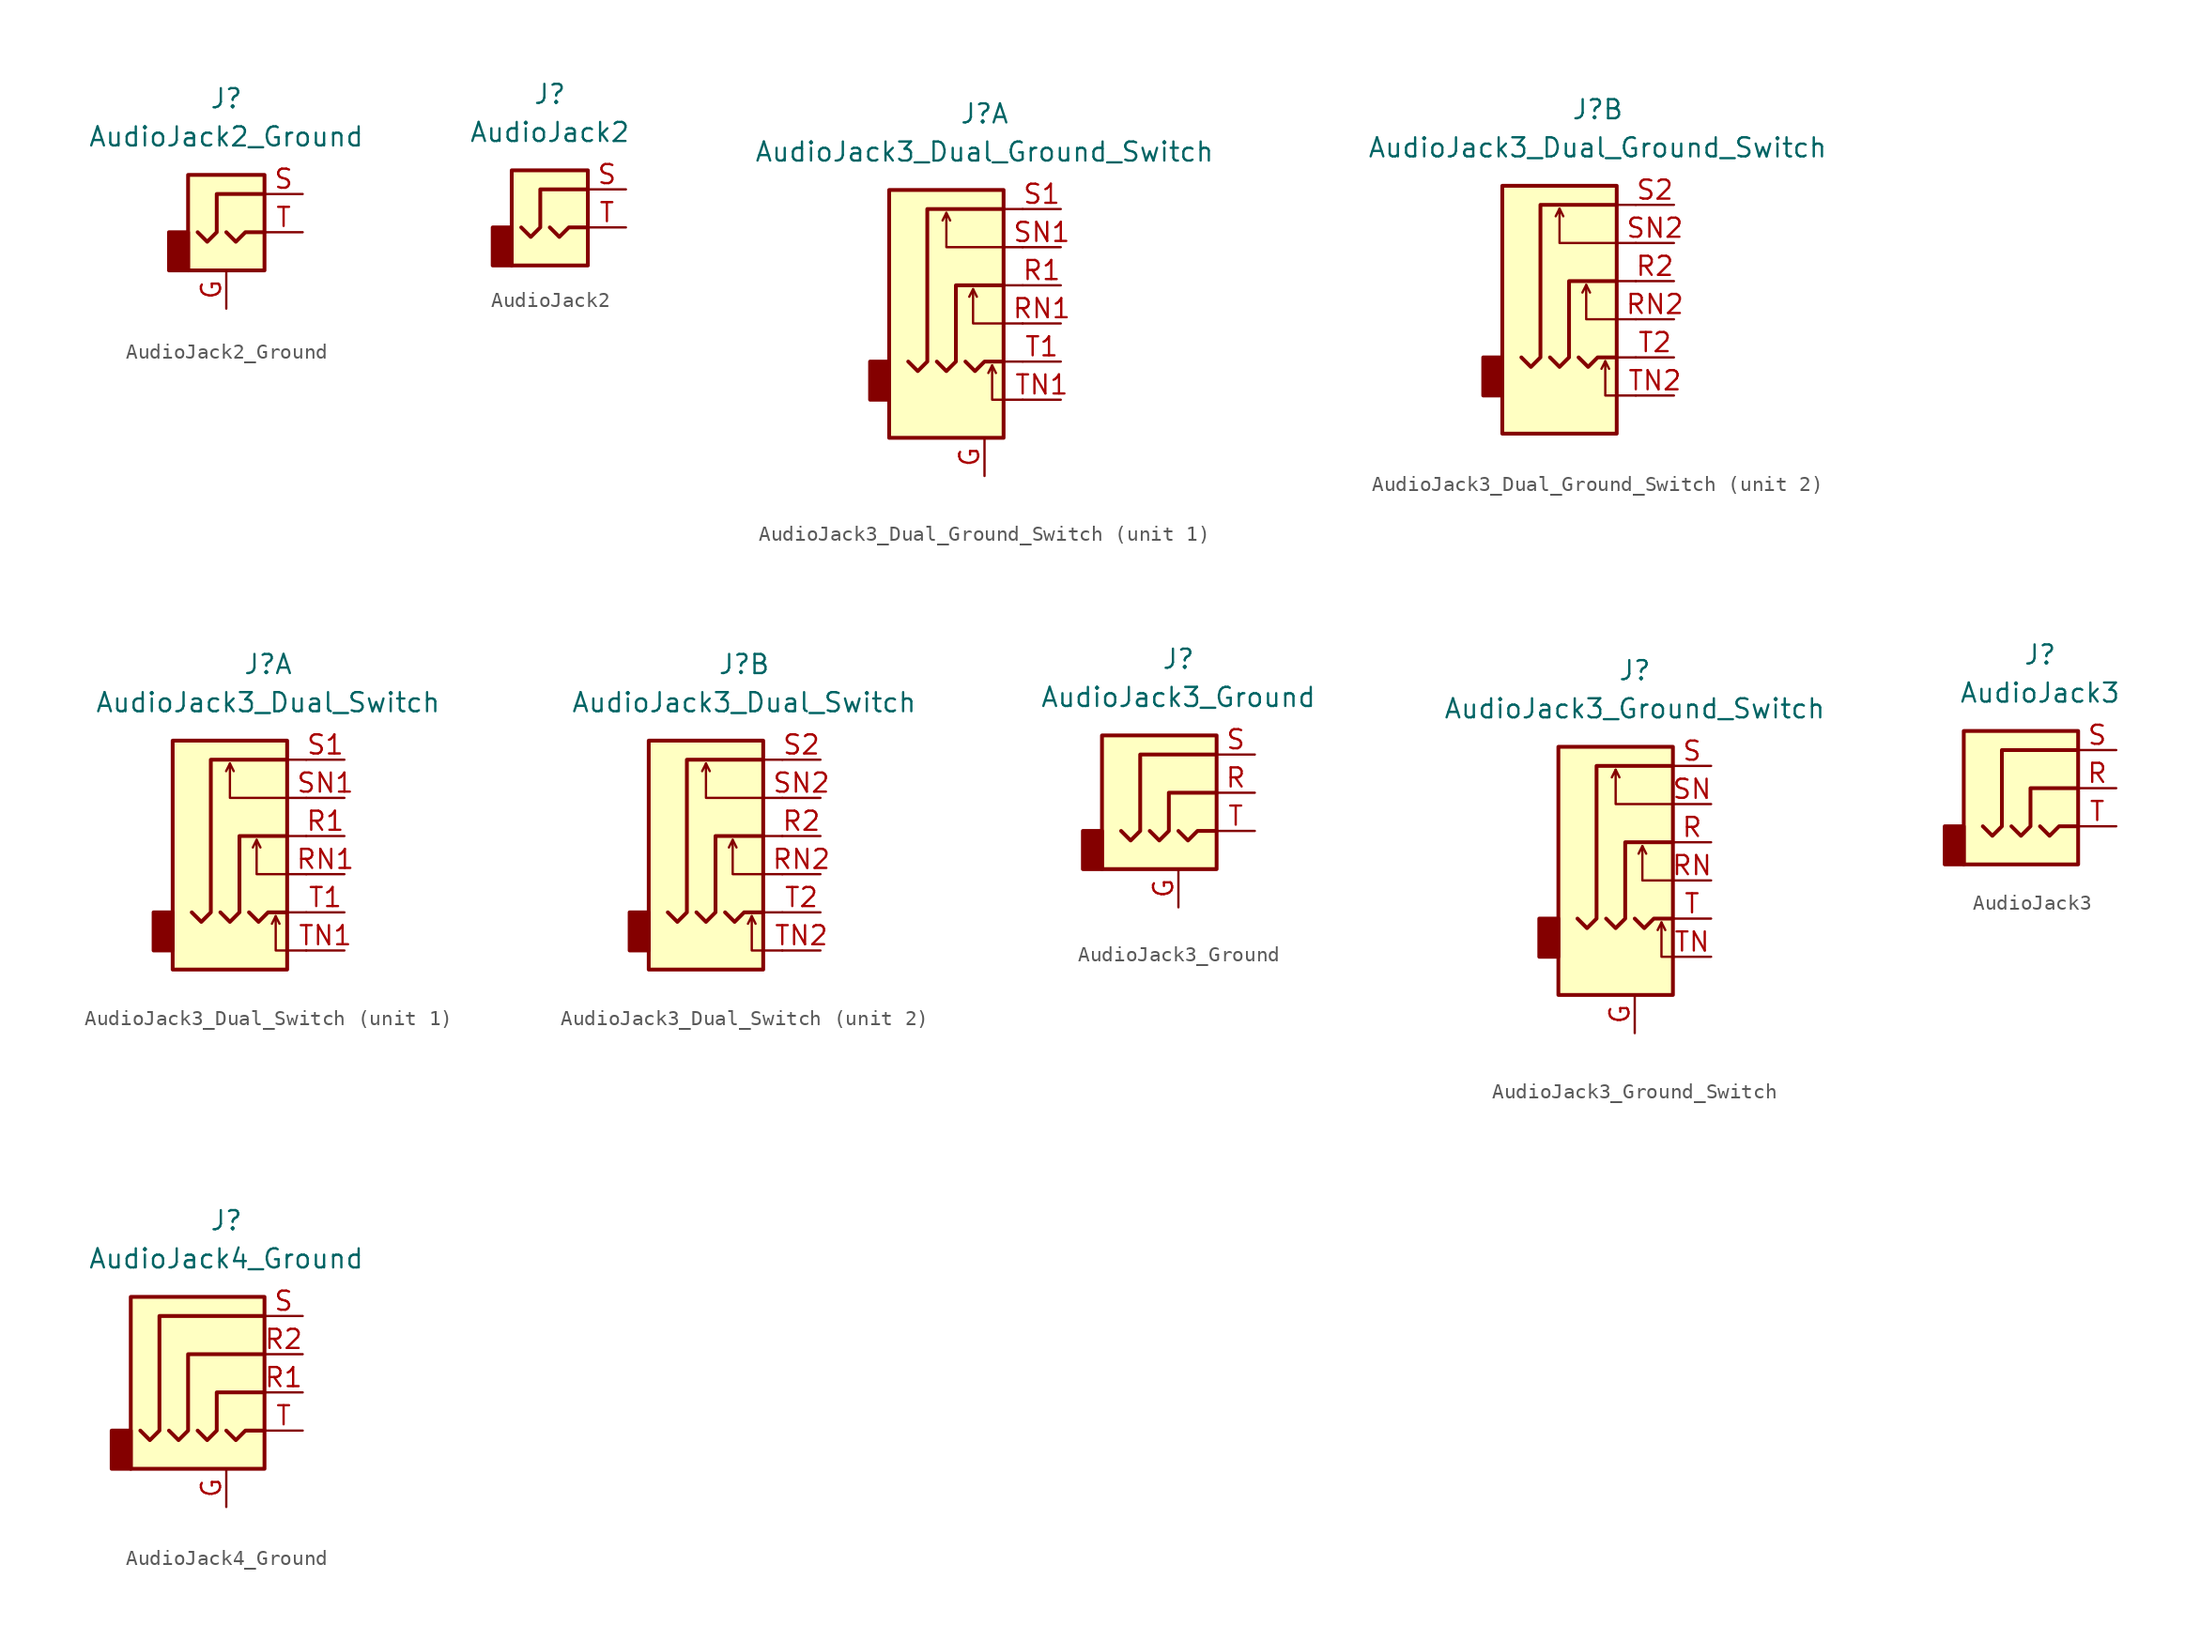
<source format=kicad_sym>
(kicad_symbol_lib
  (version 20201005)
  (generator kicad_symbol_editor)
  (symbol "AudioJack2_Ground"
    (property "Reference" "J"
      (at 0 8.89 0)
      (effects (font (size 1.27 1.27))))
    (property "Value" "AudioJack2_Ground"
      (at 0 6.35 0)
      (effects (font (size 1.27 1.27))))
    (symbol "AudioJack2_Ground_0_1"
      (rectangle (start -2.54 -2.54) (end -3.81 0) (stroke (width 0.254)) (fill (type outline)))
      (rectangle (start 2.54 3.81) (end -2.54 -2.54) (stroke (width 0.254)) (fill (type background)))
      (polyline (pts (xy 0 0) (xy 0.635 -0.635) (xy 1.27 0) (xy 2.54 0)) (stroke (width 0.254)) (fill (type none)))
      (polyline (pts (xy 2.54 2.54) (xy -0.635 2.54) (xy -0.635 0) (xy -1.27 -0.635) (xy -1.905 0)) (stroke (width 0.254)) (fill (type none))))
    (symbol "AudioJack2_Ground_1_1"
      (pin passive line (at 0 -5.08 90) (length 2.54) (name "~" (effects (font (size 1.27 1.27)))) (number "G" (effects (font (size 1.27 1.27)))))
      (pin passive line (at 5.08 2.54 180) (length 2.54) (name "~" (effects (font (size 1.27 1.27)))) (number "S" (effects (font (size 1.27 1.27)))))
      (pin passive line (at 5.08 0 180) (length 2.54) (name "~" (effects (font (size 1.27 1.27)))) (number "T" (effects (font (size 1.27 1.27)))))))
  (symbol "AudioJack2"
    (property "Reference" "J"
      (at 0 8.89 0)
      (effects (font (size 1.27 1.27))))
    (property "Value" "AudioJack2"
      (at 0 6.35 0)
      (effects (font (size 1.27 1.27))))
    (symbol "AudioJack2_0_1"
      (rectangle (start -3.81 0) (end -2.54 -2.54) (stroke (width 0.254)) (fill (type outline)))
      (rectangle (start -2.54 3.81) (end 2.54 -2.54) (stroke (width 0.254)) (fill (type background)))
      (polyline (pts (xy 0 0) (xy 0.635 -0.635) (xy 1.27 0) (xy 2.54 0)) (stroke (width 0.254)) (fill (type none)))
      (polyline (pts (xy 2.54 2.54) (xy -0.635 2.54) (xy -0.635 0) (xy -1.27 -0.635) (xy -1.905 0)) (stroke (width 0.254)) (fill (type none))))
    (symbol "AudioJack2_1_1"
      (pin passive line (at 5.08 2.54 180) (length 2.54) (name "~" (effects (font (size 1.27 1.27)))) (number "S" (effects (font (size 1.27 1.27)))))
      (pin passive line (at 5.08 0 180) (length 2.54) (name "~" (effects (font (size 1.27 1.27)))) (number "T" (effects (font (size 1.27 1.27)))))))
  (symbol "AudioJack3_Dual_Ground_Switch"
    (property "Reference" "J"
      (at 0 11.43 0)
      (effects (font (size 1.27 1.27))))
    (property "Value" "AudioJack3_Dual_Ground_Switch"
      (at 0 8.89 0)
      (effects (font (size 1.27 1.27))))
    (symbol "AudioJack3_Dual_Ground_Switch_0_1"
      (rectangle (start -6.35 -5.08) (end -7.62 -7.62) (stroke (width 0.254)) (fill (type outline)))
      (rectangle (start 1.27 6.35) (end -6.35 -10.16) (stroke (width 0.254)) (fill (type background)))
      (polyline (pts (xy -2.54 4.826) (xy -2.286 4.318)) (stroke (width 0)) (fill (type none)))
      (polyline (pts (xy -0.762 -0.254) (xy -0.508 -0.762)) (stroke (width 0)) (fill (type none)))
      (polyline (pts (xy 0.508 -5.334) (xy 0.762 -5.842)) (stroke (width 0)) (fill (type none)))
      (polyline (pts (xy 1.27 0) (xy 2.54 0)) (stroke (width 0)) (fill (type none)))
      (polyline (pts (xy 2.54 -5.08) (xy 1.27 -5.08)) (stroke (width 0)) (fill (type none)))
      (polyline (pts (xy 2.54 5.08) (xy 1.27 5.08)) (stroke (width 0)) (fill (type none)))
      (polyline (pts (xy -1.27 -5.08) (xy -0.635 -5.715) (xy 0 -5.08) (xy 1.27 -5.08)) (stroke (width 0.254)) (fill (type none)))
      (polyline (pts (xy 2.54 -7.62) (xy 0.508 -7.62) (xy 0.508 -5.334) (xy 0.254 -5.842)) (stroke (width 0)) (fill (type none)))
      (polyline (pts (xy 2.54 -2.54) (xy -0.762 -2.54) (xy -0.762 -0.254) (xy -1.016 -0.762)) (stroke (width 0)) (fill (type none)))
      (polyline (pts (xy 2.54 2.54) (xy -2.54 2.54) (xy -2.54 4.826) (xy -2.794 4.318)) (stroke (width 0)) (fill (type none)))
      (polyline (pts (xy -3.175 -5.08) (xy -2.54 -5.715) (xy -1.905 -5.08) (xy -1.905 0) (xy 1.27 0)) (stroke (width 0.254)) (fill (type none)))
      (polyline (pts (xy 1.27 5.08) (xy -3.81 5.08) (xy -3.81 -5.08) (xy -4.445 -5.715) (xy -5.08 -5.08)) (stroke (width 0.254)) (fill (type none))))
    (symbol "AudioJack3_Dual_Ground_Switch_1_1"
      (pin passive line (at 0 -12.7 90) (length 2.54) (name "~" (effects (font (size 1.27 1.27)))) (number "G" (effects (font (size 1.27 1.27)))))
      (pin passive line (at 5.08 0 180) (length 2.54) (name "~" (effects (font (size 1.27 1.27)))) (number "R1" (effects (font (size 1.27 1.27)))))
      (pin passive line (at 5.08 -2.54 180) (length 2.54) (name "~" (effects (font (size 1.27 1.27)))) (number "RN1" (effects (font (size 1.27 1.27)))))
      (pin passive line (at 5.08 5.08 180) (length 2.54) (name "~" (effects (font (size 1.27 1.27)))) (number "S1" (effects (font (size 1.27 1.27)))))
      (pin passive line (at 5.08 2.54 180) (length 2.54) (name "~" (effects (font (size 1.27 1.27)))) (number "SN1" (effects (font (size 1.27 1.27)))))
      (pin passive line (at 5.08 -5.08 180) (length 2.54) (name "~" (effects (font (size 1.27 1.27)))) (number "T1" (effects (font (size 1.27 1.27)))))
      (pin passive line (at 5.08 -7.62 180) (length 2.54) (name "~" (effects (font (size 1.27 1.27)))) (number "TN1" (effects (font (size 1.27 1.27))))))
    (symbol "AudioJack3_Dual_Ground_Switch_2_1"
      (pin passive line (at 5.08 0 180) (length 2.54) (name "~" (effects (font (size 1.27 1.27)))) (number "R2" (effects (font (size 1.27 1.27)))))
      (pin passive line (at 5.08 -2.54 180) (length 2.54) (name "~" (effects (font (size 1.27 1.27)))) (number "RN2" (effects (font (size 1.27 1.27)))))
      (pin passive line (at 5.08 5.08 180) (length 2.54) (name "~" (effects (font (size 1.27 1.27)))) (number "S2" (effects (font (size 1.27 1.27)))))
      (pin passive line (at 5.08 2.54 180) (length 2.54) (name "~" (effects (font (size 1.27 1.27)))) (number "SN2" (effects (font (size 1.27 1.27)))))
      (pin passive line (at 5.08 -5.08 180) (length 2.54) (name "~" (effects (font (size 1.27 1.27)))) (number "T2" (effects (font (size 1.27 1.27)))))
      (pin passive line (at 5.08 -7.62 180) (length 2.54) (name "~" (effects (font (size 1.27 1.27)))) (number "TN2" (effects (font (size 1.27 1.27)))))))
  (symbol "AudioJack3_Dual_Switch"
    (property "Reference" "J"
      (at 0 11.43 0)
      (effects (font (size 1.27 1.27))))
    (property "Value" "AudioJack3_Dual_Switch"
      (at 0 8.89 0)
      (effects (font (size 1.27 1.27))))
    (symbol "AudioJack3_Dual_Switch_0_1"
      (rectangle (start -6.35 -5.08) (end -7.62 -7.62) (stroke (width 0.254)) (fill (type outline)))
      (rectangle (start 1.27 6.35) (end -6.35 -8.89) (stroke (width 0.254)) (fill (type background)))
      (polyline (pts (xy -2.54 4.826) (xy -2.286 4.318)) (stroke (width 0)) (fill (type none)))
      (polyline (pts (xy -0.762 -0.254) (xy -0.508 -0.762)) (stroke (width 0)) (fill (type none)))
      (polyline (pts (xy 0.508 -5.334) (xy 0.762 -5.842)) (stroke (width 0)) (fill (type none)))
      (polyline (pts (xy 1.27 0) (xy 2.54 0)) (stroke (width 0)) (fill (type none)))
      (polyline (pts (xy 2.54 -5.08) (xy 1.27 -5.08)) (stroke (width 0)) (fill (type none)))
      (polyline (pts (xy 2.54 5.08) (xy 1.27 5.08)) (stroke (width 0)) (fill (type none)))
      (polyline (pts (xy -1.27 -5.08) (xy -0.635 -5.715) (xy 0 -5.08) (xy 1.27 -5.08)) (stroke (width 0.254)) (fill (type none)))
      (polyline (pts (xy 2.54 -7.62) (xy 0.508 -7.62) (xy 0.508 -5.334) (xy 0.254 -5.842)) (stroke (width 0)) (fill (type none)))
      (polyline (pts (xy 2.54 -2.54) (xy -0.762 -2.54) (xy -0.762 -0.254) (xy -1.016 -0.762)) (stroke (width 0)) (fill (type none)))
      (polyline (pts (xy 2.54 2.54) (xy -2.54 2.54) (xy -2.54 4.826) (xy -2.794 4.318)) (stroke (width 0)) (fill (type none)))
      (polyline (pts (xy -3.175 -5.08) (xy -2.54 -5.715) (xy -1.905 -5.08) (xy -1.905 0) (xy 1.27 0)) (stroke (width 0.254)) (fill (type none)))
      (polyline (pts (xy 1.27 5.08) (xy -3.81 5.08) (xy -3.81 -5.08) (xy -4.445 -5.715) (xy -5.08 -5.08)) (stroke (width 0.254)) (fill (type none))))
    (symbol "AudioJack3_Dual_Switch_1_1"
      (pin passive line (at 5.08 0 180) (length 2.54) (name "~" (effects (font (size 1.27 1.27)))) (number "R1" (effects (font (size 1.27 1.27)))))
      (pin passive line (at 5.08 -2.54 180) (length 2.54) (name "~" (effects (font (size 1.27 1.27)))) (number "RN1" (effects (font (size 1.27 1.27)))))
      (pin passive line (at 5.08 5.08 180) (length 2.54) (name "~" (effects (font (size 1.27 1.27)))) (number "S1" (effects (font (size 1.27 1.27)))))
      (pin passive line (at 5.08 2.54 180) (length 2.54) (name "~" (effects (font (size 1.27 1.27)))) (number "SN1" (effects (font (size 1.27 1.27)))))
      (pin passive line (at 5.08 -5.08 180) (length 2.54) (name "~" (effects (font (size 1.27 1.27)))) (number "T1" (effects (font (size 1.27 1.27)))))
      (pin passive line (at 5.08 -7.62 180) (length 2.54) (name "~" (effects (font (size 1.27 1.27)))) (number "TN1" (effects (font (size 1.27 1.27))))))
    (symbol "AudioJack3_Dual_Switch_2_1"
      (pin passive line (at 5.08 0 180) (length 2.54) (name "~" (effects (font (size 1.27 1.27)))) (number "R2" (effects (font (size 1.27 1.27)))))
      (pin passive line (at 5.08 -2.54 180) (length 2.54) (name "~" (effects (font (size 1.27 1.27)))) (number "RN2" (effects (font (size 1.27 1.27)))))
      (pin passive line (at 5.08 5.08 180) (length 2.54) (name "~" (effects (font (size 1.27 1.27)))) (number "S2" (effects (font (size 1.27 1.27)))))
      (pin passive line (at 5.08 2.54 180) (length 2.54) (name "~" (effects (font (size 1.27 1.27)))) (number "SN2" (effects (font (size 1.27 1.27)))))
      (pin passive line (at 5.08 -5.08 180) (length 2.54) (name "~" (effects (font (size 1.27 1.27)))) (number "T2" (effects (font (size 1.27 1.27)))))
      (pin passive line (at 5.08 -7.62 180) (length 2.54) (name "~" (effects (font (size 1.27 1.27)))) (number "TN2" (effects (font (size 1.27 1.27)))))))
  (symbol "AudioJack3_Ground"
    (property "Reference" "J"
      (at 0 8.89 0)
      (effects (font (size 1.27 1.27))))
    (property "Value" "AudioJack3_Ground"
      (at 0 6.35 0)
      (effects (font (size 1.27 1.27))))
    (symbol "AudioJack3_Ground_0_1"
      (rectangle (start -5.08 -2.54) (end -6.35 -5.08) (stroke (width 0.254)) (fill (type outline)))
      (rectangle (start 2.54 3.81) (end -5.08 -5.08) (stroke (width 0.254)) (fill (type background)))
      (polyline (pts (xy 0 -2.54) (xy 0.635 -3.175) (xy 1.27 -2.54) (xy 2.54 -2.54)) (stroke (width 0.254)) (fill (type none)))
      (polyline (pts (xy -1.905 -2.54) (xy -1.27 -3.175) (xy -0.635 -2.54) (xy -0.635 0) (xy 2.54 0)) (stroke (width 0.254)) (fill (type none)))
      (polyline (pts (xy 2.54 2.54) (xy -2.54 2.54) (xy -2.54 -2.54) (xy -3.175 -3.175) (xy -3.81 -2.54)) (stroke (width 0.254)) (fill (type none))))
    (symbol "AudioJack3_Ground_1_1"
      (pin passive line (at 0 -7.62 90) (length 2.54) (name "~" (effects (font (size 1.27 1.27)))) (number "G" (effects (font (size 1.27 1.27)))))
      (pin passive line (at 5.08 0 180) (length 2.54) (name "~" (effects (font (size 1.27 1.27)))) (number "R" (effects (font (size 1.27 1.27)))))
      (pin passive line (at 5.08 2.54 180) (length 2.54) (name "~" (effects (font (size 1.27 1.27)))) (number "S" (effects (font (size 1.27 1.27)))))
      (pin passive line (at 5.08 -2.54 180) (length 2.54) (name "~" (effects (font (size 1.27 1.27)))) (number "T" (effects (font (size 1.27 1.27)))))))
  (symbol "AudioJack3_Ground_Switch"
    (property "Reference" "J"
      (at 0 11.43 0)
      (effects (font (size 1.27 1.27))))
    (property "Value" "AudioJack3_Ground_Switch"
      (at 0 8.89 0)
      (effects (font (size 1.27 1.27))))
    (symbol "AudioJack3_Ground_Switch_0_1"
      (rectangle (start -5.08 -5.08) (end -6.35 -7.62) (stroke (width 0.254)) (fill (type outline)))
      (rectangle (start 2.54 6.35) (end -5.08 -10.16) (stroke (width 0.254)) (fill (type background))))
    (symbol "AudioJack3_Ground_Switch_1_1"
      (polyline (pts (xy -1.27 4.826) (xy -1.016 4.318)) (stroke (width 0)) (fill (type none)))
      (polyline (pts (xy 0.508 -0.254) (xy 0.762 -0.762)) (stroke (width 0)) (fill (type none)))
      (polyline (pts (xy 1.778 -5.334) (xy 2.032 -5.842)) (stroke (width 0)) (fill (type none)))
      (polyline (pts (xy 0 -5.08) (xy 0.635 -5.715) (xy 1.27 -5.08) (xy 2.54 -5.08)) (stroke (width 0.254)) (fill (type none)))
      (polyline (pts (xy 2.54 -7.62) (xy 1.778 -7.62) (xy 1.778 -5.334) (xy 1.524 -5.842)) (stroke (width 0)) (fill (type none)))
      (polyline (pts (xy 2.54 -2.54) (xy 0.508 -2.54) (xy 0.508 -0.254) (xy 0.254 -0.762)) (stroke (width 0)) (fill (type none)))
      (polyline (pts (xy 2.54 2.54) (xy -1.27 2.54) (xy -1.27 4.826) (xy -1.524 4.318)) (stroke (width 0)) (fill (type none)))
      (polyline (pts (xy -1.905 -5.08) (xy -1.27 -5.715) (xy -0.635 -5.08) (xy -0.635 0) (xy 2.54 0)) (stroke (width 0.254)) (fill (type none)))
      (polyline (pts (xy 2.54 5.08) (xy -2.54 5.08) (xy -2.54 -5.08) (xy -3.175 -5.715) (xy -3.81 -5.08)) (stroke (width 0.254)) (fill (type none)))
      (pin passive line (at 0 -12.7 90) (length 2.54) (name "~" (effects (font (size 1.27 1.27)))) (number "G" (effects (font (size 1.27 1.27)))))
      (pin passive line (at 5.08 0 180) (length 2.54) (name "~" (effects (font (size 1.27 1.27)))) (number "R" (effects (font (size 1.27 1.27)))))
      (pin passive line (at 5.08 -2.54 180) (length 2.54) (name "~" (effects (font (size 1.27 1.27)))) (number "RN" (effects (font (size 1.27 1.27)))))
      (pin passive line (at 5.08 5.08 180) (length 2.54) (name "~" (effects (font (size 1.27 1.27)))) (number "S" (effects (font (size 1.27 1.27)))))
      (pin passive line (at 5.08 2.54 180) (length 2.54) (name "~" (effects (font (size 1.27 1.27)))) (number "SN" (effects (font (size 1.27 1.27)))))
      (pin passive line (at 5.08 -5.08 180) (length 2.54) (name "~" (effects (font (size 1.27 1.27)))) (number "T" (effects (font (size 1.27 1.27)))))
      (pin passive line (at 5.08 -7.62 180) (length 2.54) (name "~" (effects (font (size 1.27 1.27)))) (number "TN" (effects (font (size 1.27 1.27)))))))
  (symbol "AudioJack3"
    (property "Reference" "J"
      (at 0 8.89 0)
      (effects (font (size 1.27 1.27))))
    (property "Value" "AudioJack3"
      (at 0 6.35 0)
      (effects (font (size 1.27 1.27))))
    (symbol "AudioJack3_0_1"
      (rectangle (start -5.08 -5.08) (end -6.35 -2.54) (stroke (width 0.254)) (fill (type outline)))
      (rectangle (start 2.54 3.81) (end -5.08 -5.08) (stroke (width 0.254)) (fill (type background)))
      (polyline (pts (xy 0 -2.54) (xy 0.635 -3.175) (xy 1.27 -2.54) (xy 2.54 -2.54)) (stroke (width 0.254)) (fill (type none)))
      (polyline (pts (xy -1.905 -2.54) (xy -1.27 -3.175) (xy -0.635 -2.54) (xy -0.635 0) (xy 2.54 0)) (stroke (width 0.254)) (fill (type none)))
      (polyline (pts (xy 2.54 2.54) (xy -2.54 2.54) (xy -2.54 -2.54) (xy -3.175 -3.175) (xy -3.81 -2.54)) (stroke (width 0.254)) (fill (type none))))
    (symbol "AudioJack3_1_1"
      (pin passive line (at 5.08 0 180) (length 2.54) (name "~" (effects (font (size 1.27 1.27)))) (number "R" (effects (font (size 1.27 1.27)))))
      (pin passive line (at 5.08 2.54 180) (length 2.54) (name "~" (effects (font (size 1.27 1.27)))) (number "S" (effects (font (size 1.27 1.27)))))
      (pin passive line (at 5.08 -2.54 180) (length 2.54) (name "~" (effects (font (size 1.27 1.27)))) (number "T" (effects (font (size 1.27 1.27)))))))
  (symbol "AudioJack4_Ground"
    (property "Reference" "J"
      (at 0 8.89 0)
      (effects (font (size 1.27 1.27))))
    (property "Value" "AudioJack4_Ground"
      (at 0 6.35 0)
      (effects (font (size 1.27 1.27))))
    (symbol "AudioJack4_Ground_0_1"
      (rectangle (start -6.35 -7.62) (end -7.62 -5.08) (stroke (width 0.254)) (fill (type outline)))
      (rectangle (start 2.54 3.81) (end -6.35 -7.62) (stroke (width 0.254)) (fill (type background)))
      (polyline (pts (xy 0 -5.08) (xy 0.635 -5.715) (xy 1.27 -5.08) (xy 2.54 -5.08)) (stroke (width 0.254)) (fill (type none)))
      (polyline (pts (xy -5.715 -5.08) (xy -5.08 -5.715) (xy -4.445 -5.08) (xy -4.445 2.54) (xy 2.54 2.54)) (stroke (width 0.254)) (fill (type none)))
      (polyline (pts (xy -1.905 -5.08) (xy -1.27 -5.715) (xy -0.635 -5.08) (xy -0.635 -2.54) (xy 2.54 -2.54)) (stroke (width 0.254)) (fill (type none)))
      (polyline (pts (xy 2.54 0) (xy -2.54 0) (xy -2.54 -5.08) (xy -3.175 -5.715) (xy -3.81 -5.08)) (stroke (width 0.254)) (fill (type none))))
    (symbol "AudioJack4_Ground_1_1"
      (pin passive line (at 0 -10.16 90) (length 2.54) (name "~" (effects (font (size 1.27 1.27)))) (number "G" (effects (font (size 1.27 1.27)))))
      (pin passive line (at 5.08 -2.54 180) (length 2.54) (name "~" (effects (font (size 1.27 1.27)))) (number "R1" (effects (font (size 1.27 1.27)))))
      (pin passive line (at 5.08 0 180) (length 2.54) (name "~" (effects (font (size 1.27 1.27)))) (number "R2" (effects (font (size 1.27 1.27)))))
      (pin passive line (at 5.08 2.54 180) (length 2.54) (name "~" (effects (font (size 1.27 1.27)))) (number "S" (effects (font (size 1.27 1.27)))))
      (pin passive line (at 5.08 -5.08 180) (length 2.54) (name "~" (effects (font (size 1.27 1.27)))) (number "T" (effects (font (size 1.27 1.27))))))))
</source>
